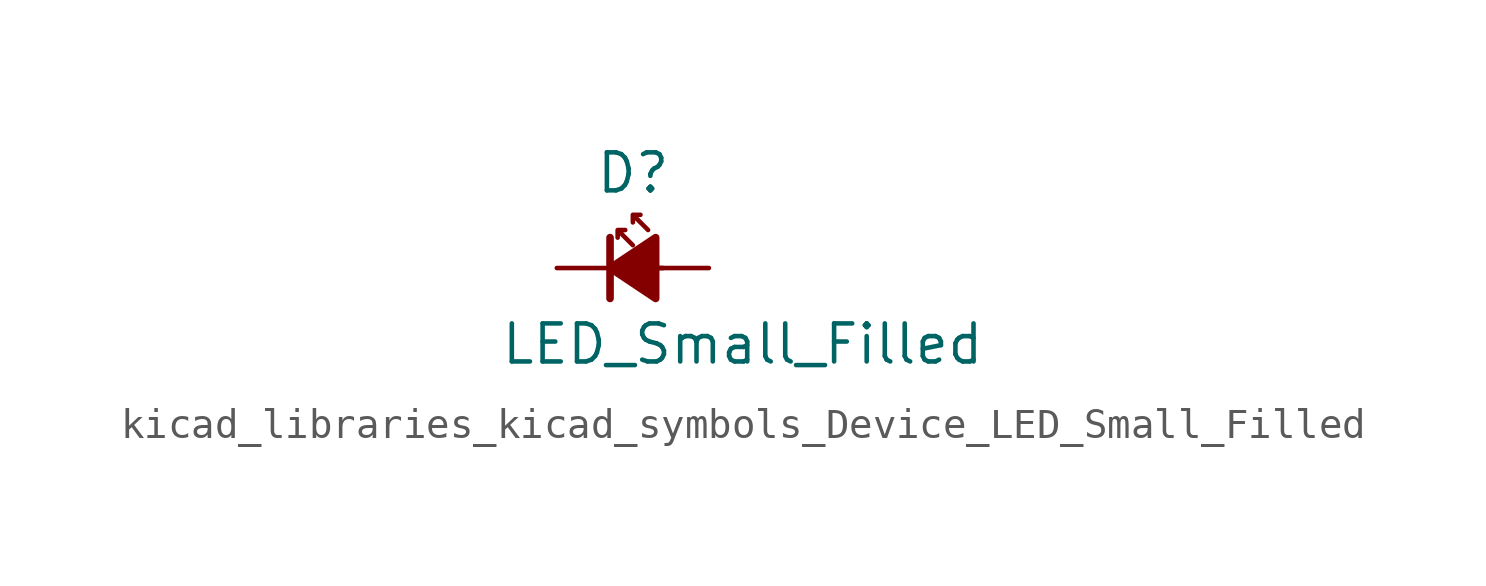
<source format=kicad_sym>
(kicad_symbol_lib
  (version 20220914)
  (generator kicad_symbol_editor)
  (symbol "kicad_libraries_kicad_symbols_Device_LED_Small_Filled"
    (pin_numbers hide)
    (pin_names
      (offset 0.254) hide)
    (property "Reference" "D"
      (at -1.27 3.175 0)
      (effects (font (size 1.27 1.27)) (justify left)))
    (property "Value" "LED_Small_Filled"
      (at -4.445 -2.54 0)
      (effects (font (size 1.27 1.27)) (justify left)))
    (symbol "kicad_libraries_kicad_symbols_Device_LED_Small_Filled_0_1"
      (polyline (pts (xy -0.762 -1.016) (xy -0.762 1.016)) (stroke (width 0.254) (type default)) (fill (type none)))
      (polyline (pts (xy 1.016 0) (xy -0.762 0)) (stroke (width 0) (type default)) (fill (type none)))
      (polyline (pts (xy 0.762 -1.016) (xy -0.762 0) (xy 0.762 1.016) (xy 0.762 -1.016)) (stroke (width 0.254) (type default)) (fill (type outline)))
      (polyline (pts (xy 0 0.762) (xy -0.508 1.27) (xy -0.254 1.27) (xy -0.508 1.27) (xy -0.508 1.016)) (stroke (width 0) (type default)) (fill (type none)))
      (polyline (pts (xy 0.508 1.27) (xy 0 1.778) (xy 0.254 1.778) (xy 0 1.778) (xy 0 1.524)) (stroke (width 0) (type default)) (fill (type none))))
    (symbol "kicad_libraries_kicad_symbols_Device_LED_Small_Filled_1_1"
      (pin passive line (at -2.54 0 0) (length 1.778) (name "K" (effects (font (size 1.27 1.27)))) (number "1" (effects (font (size 1.27 1.27)))))
      (pin passive line (at 2.54 0 180) (length 1.778) (name "A" (effects (font (size 1.27 1.27)))) (number "2" (effects (font (size 1.27 1.27))))))))
</source>
